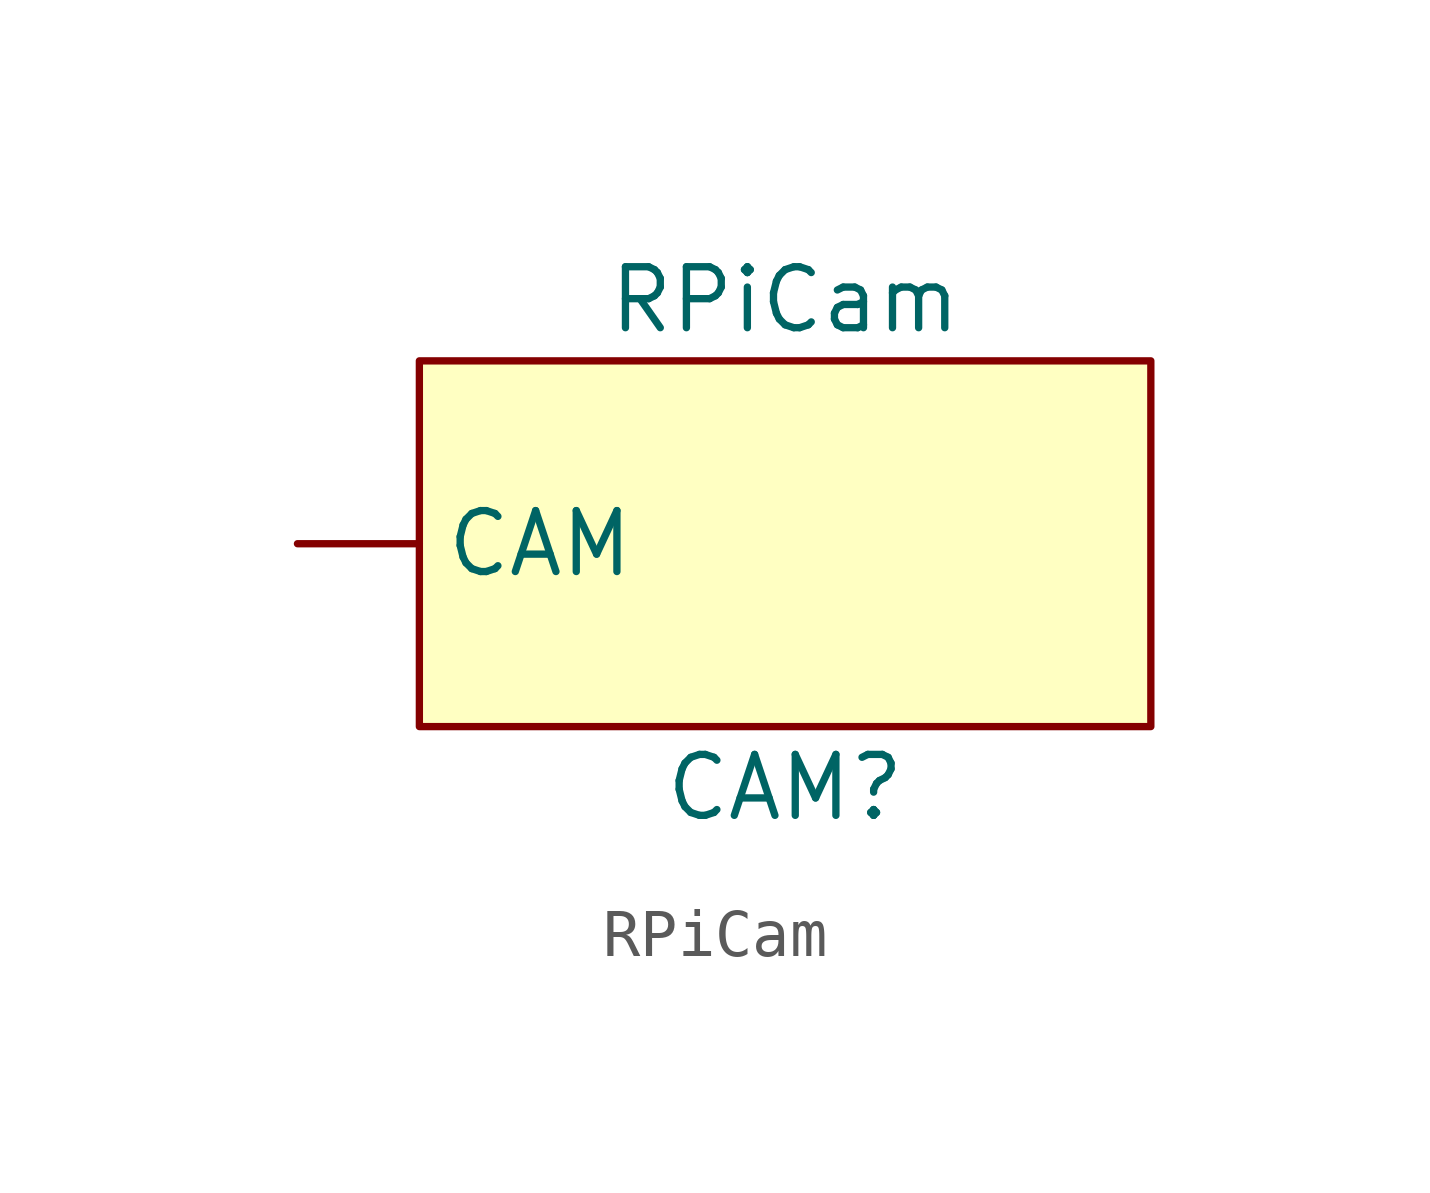
<source format=kicad_sym>
(kicad_symbol_lib
  (version 20211014)
  (generator kicad_symbol_editor)
  (symbol "RPiCam"
    (property "Reference" "CAM"
      (at 0 -5.08 0)
      (effects (font (size 1.27 1.27))))
    (property "Value" "RPiCam"
      (at 0 5.08 0)
      (effects (font (size 1.27 1.27))))
    (symbol "RPiCam_0_1"
      (rectangle (start -7.62 3.81) (end 7.62 -3.81) (stroke (width 0) (type default) (color 0 0 0 0)) (fill (type background))))
    (symbol "RPiCam_1_1"
      (pin output line (at -10.16 0 0) (length 2.54) (name "CAM" (effects (font (size 1.27 1.27)))) (number "" (effects (font (size 1.27 1.27))))))))
</source>
